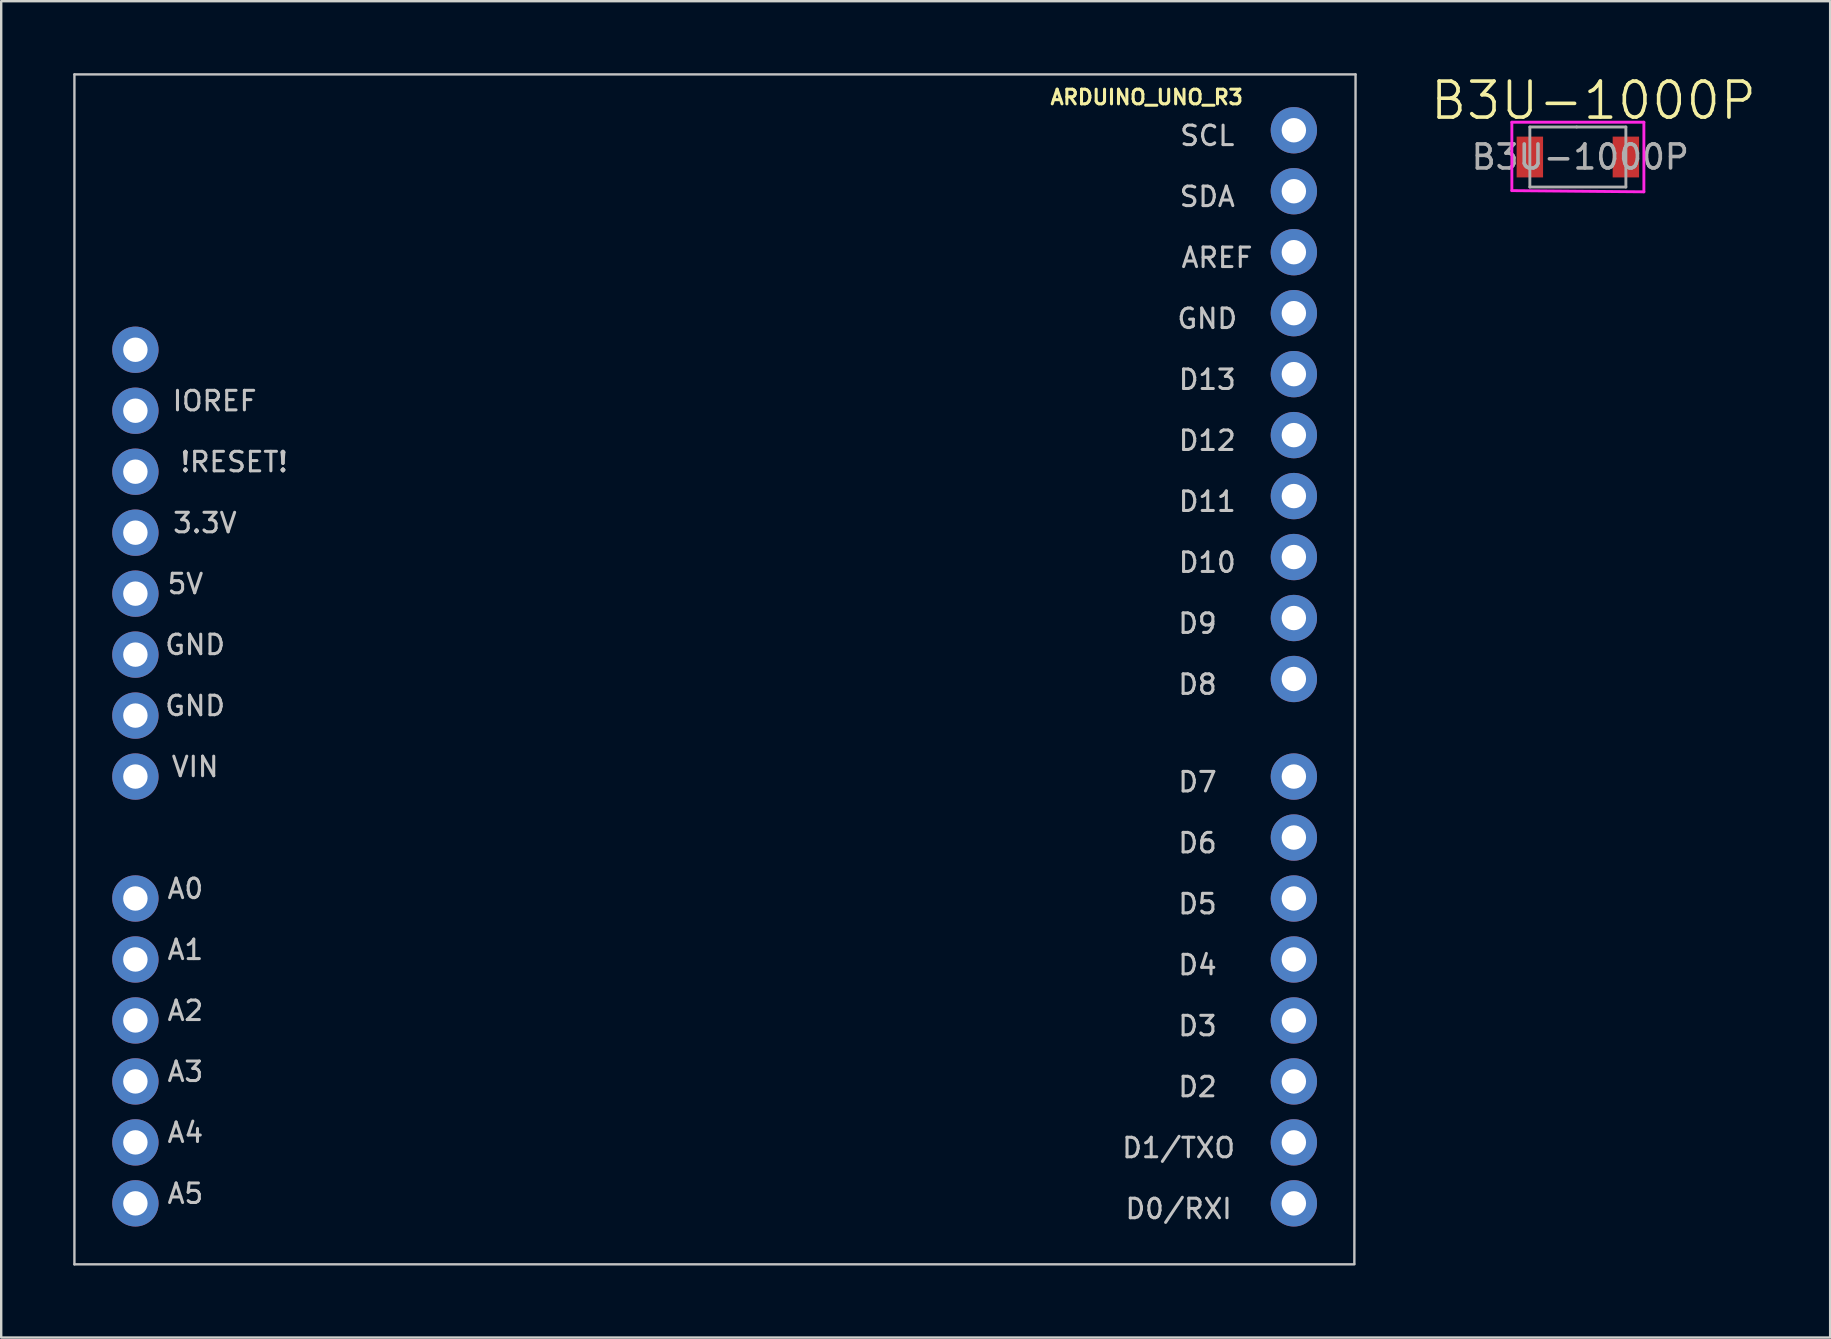
<source format=kicad_pcb>
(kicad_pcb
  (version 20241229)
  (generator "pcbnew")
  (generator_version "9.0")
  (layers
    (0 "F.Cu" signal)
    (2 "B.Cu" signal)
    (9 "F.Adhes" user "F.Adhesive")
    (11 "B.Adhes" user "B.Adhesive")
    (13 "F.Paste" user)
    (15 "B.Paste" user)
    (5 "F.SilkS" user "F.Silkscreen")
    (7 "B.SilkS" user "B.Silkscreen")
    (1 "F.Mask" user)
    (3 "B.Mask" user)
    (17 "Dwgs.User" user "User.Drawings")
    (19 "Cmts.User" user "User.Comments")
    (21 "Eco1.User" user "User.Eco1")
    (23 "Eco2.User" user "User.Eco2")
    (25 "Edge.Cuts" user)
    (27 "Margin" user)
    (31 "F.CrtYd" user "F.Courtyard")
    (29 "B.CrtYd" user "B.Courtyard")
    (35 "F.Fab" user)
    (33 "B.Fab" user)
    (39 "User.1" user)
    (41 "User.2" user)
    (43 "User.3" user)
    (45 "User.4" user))
  (footprint "B3U-1000P"
    (layer "F.Cu")
    (at 62.681 3.491)
    (property "Reference" "B3U-1000P" (at 0.65 -2.35 0) (layer "F.SilkS") (effects (font (size 1.5 1.5) (thickness 0.15))))
    (attr through_hole)
    (fp_line (start -2.75 -1.45) (end 2.75 -1.45) (stroke (width 0.12) (type solid)) (layer "F.CrtYd"))
    (fp_line (start -2.75 1.4) (end -2.75 -1.45) (stroke (width 0.12) (type solid)) (layer "F.CrtYd"))
    (fp_line (start 2.75 -1.45) (end 2.75 1.45) (stroke (width 0.12) (type solid)) (layer "F.CrtYd"))
    (fp_line (start 2.75 1.45) (end -2.75 1.4) (stroke (width 0.12) (type solid)) (layer "F.CrtYd"))
    (fp_line (start -2 -1.25) (end -0.05 -1.25) (stroke (width 0.12) (type solid)) (layer "F.Fab"))
    (fp_line (start -2 1.25) (end -2 -1.25) (stroke (width 0.12) (type solid)) (layer "F.Fab"))
    (fp_line (start -0.05 -1.25) (end 2 -1.25) (stroke (width 0.12) (type solid)) (layer "F.Fab"))
    (fp_line (start 2 -1.25) (end 2 1.25) (stroke (width 0.12) (type solid)) (layer "F.Fab"))
    (fp_line (start 2 1.25) (end -2 1.25) (stroke (width 0.12) (type solid)) (layer "F.Fab"))
    (fp_text user "${REFERENCE}" (at 0.1 0 0) (layer "F.Fab") (effects (font (size 1 1) (thickness 0.15))))
    (pad "1" smd rect (at -2 0) (size 1.1 1.7) (layers "F.Cu" "F.Mask" "F.Paste"))
    (pad "2" smd rect (at 2 0) (size 1.1 1.7) (layers "F.Cu" "F.Mask" "F.Paste")))
  (footprint "ARDUINO_UNO_R3"
    (layer "F.Cu")
    (at 25.87 19.6)
    (property "Reference" "ARDUINO_UNO_R3" (at 18.85 -18.6 180) (layer "F.SilkS") (effects (font (size 0.61 0.61) (thickness 0.127))))
    (attr exclude_from_pos_files exclude_from_bom)
    (fp_line (start -25.82 -19.55) (end 27.55 -19.55) (stroke (width 0.1) (type solid)) (layer "Dwgs.User"))
    (fp_line (start -25.82 30.02) (end -25.82 -19.55) (stroke (width 0.1) (type solid)) (layer "Dwgs.User"))
    (fp_line (start 27.5 30.02) (end -25.82 30.02) (stroke (width 0.1) (type solid)) (layer "Dwgs.User"))
    (fp_line (start 27.55 -19.55) (end 27.5 30) (stroke (width 0.1) (type solid)) (layer "Dwgs.User"))
    (fp_text user "D7" (at 20.967 9.929 0) (layer "Dwgs.User") (effects (font (size 0.813 0.813) (thickness 0.127))))
    (fp_text user "A1" (at -21.197 16.914 0) (layer "Dwgs.User") (effects (font (size 0.813 0.813) (thickness 0.127))))
    (fp_text user "!RESET!" (at -19.165 -3.406 0) (layer "Dwgs.User") (effects (font (size 0.813 0.813) (thickness 0.127))))
    (fp_text user "SCL" (at 21.373 -16.995 0) (layer "Dwgs.User") (effects (font (size 0.813 0.813) (thickness 0.127))))
    (fp_text user "D12" (at 21.373 -4.295 0) (layer "Dwgs.User") (effects (font (size 0.813 0.813) (thickness 0.127))))
    (fp_text user "SDA" (at 21.373 -14.455 0) (layer "Dwgs.User") (effects (font (size 0.813 0.813) (thickness 0.127))))
    (fp_text user "D5" (at 20.967 15.009 0) (layer "Dwgs.User") (effects (font (size 0.813 0.813) (thickness 0.127))))
    (fp_text user "VIN" (at -20.791 9.294 0) (layer "Dwgs.User") (effects (font (size 0.813 0.813) (thickness 0.127))))
    (fp_text user "D9" (at 20.967 3.325 0) (layer "Dwgs.User") (effects (font (size 0.813 0.813) (thickness 0.127))))
    (fp_text user "D6" (at 20.967 12.469 0) (layer "Dwgs.User") (effects (font (size 0.813 0.813) (thickness 0.127))))
    (fp_text user "D10" (at 21.373 0.785 0) (layer "Dwgs.User") (effects (font (size 0.813 0.813) (thickness 0.127))))
    (fp_text user "GND" (at 21.373 -9.375 0) (layer "Dwgs.User") (effects (font (size 0.813 0.813) (thickness 0.127))))
    (fp_text user "GND" (at -20.791 6.754 0) (layer "Dwgs.User") (effects (font (size 0.813 0.813) (thickness 0.127))))
    (fp_text user "A0" (at -21.197 14.374 0) (layer "Dwgs.User") (effects (font (size 0.813 0.813) (thickness 0.127))))
    (fp_text user "A3" (at -21.197 21.994 0) (layer "Dwgs.User") (effects (font (size 0.813 0.813) (thickness 0.127))))
    (fp_text user "D1/TXO" (at 20.179 25.169 0) (layer "Dwgs.User") (effects (font (size 0.813 0.813) (thickness 0.127))))
    (fp_text user "D0/RXI" (at 20.179 27.709 0) (layer "Dwgs.User") (effects (font (size 0.813 0.813) (thickness 0.127))))
    (fp_text user "A2" (at -21.197 19.454 0) (layer "Dwgs.User") (effects (font (size 0.813 0.813) (thickness 0.127))))
    (fp_text user "5V" (at -21.197 1.674 0) (layer "Dwgs.User") (effects (font (size 0.813 0.813) (thickness 0.127))))
    (fp_text user "3.3V" (at -20.384 -0.866 0) (layer "Dwgs.User") (effects (font (size 0.813 0.813) (thickness 0.127))))
    (fp_text user "D4" (at 20.967 17.549 0) (layer "Dwgs.User") (effects (font (size 0.813 0.813) (thickness 0.127))))
    (fp_text user "D2" (at 20.967 22.629 0) (layer "Dwgs.User") (effects (font (size 0.813 0.813) (thickness 0.127))))
    (fp_text user "IOREF" (at -19.978 -5.946 0) (layer "Dwgs.User") (effects (font (size 0.813 0.813) (thickness 0.127))))
    (fp_text user "A4" (at -21.197 24.534 0) (layer "Dwgs.User") (effects (font (size 0.813 0.813) (thickness 0.127))))
    (fp_text user "D13" (at 21.373 -6.835 0) (layer "Dwgs.User") (effects (font (size 0.813 0.813) (thickness 0.127))))
    (fp_text user "D11" (at 21.373 -1.755 0) (layer "Dwgs.User") (effects (font (size 0.813 0.813) (thickness 0.127))))
    (fp_text user "D3" (at 20.967 20.089 0) (layer "Dwgs.User") (effects (font (size 0.813 0.813) (thickness 0.127))))
    (fp_text user "GND" (at -20.791 4.211 0) (layer "Dwgs.User") (effects (font (size 0.813 0.813) (thickness 0.127))))
    (fp_text user "D8" (at 20.967 5.865 0) (layer "Dwgs.User") (effects (font (size 0.813 0.813) (thickness 0.127))))
    (fp_text user "A5" (at -21.197 27.074 0) (layer "Dwgs.User") (effects (font (size 0.813 0.813) (thickness 0.127))))
    (fp_text user "AREF" (at 21.78 -11.915 0) (layer "Dwgs.User") (effects (font (size 0.813 0.813) (thickness 0.127))))
    (pad "3.3V" thru_hole circle (at -23.28 -0.46 270) (size 1.93 1.93) (drill 1.016) (layers "*.Cu" "*.Mask"))
    (pad "5V" thru_hole circle (at -23.28 2.08 270) (size 1.93 1.93) (drill 1.016) (layers "*.Cu" "*.Mask"))
    (pad "A0" thru_hole circle (at -23.28 14.78 270) (size 1.93 1.93) (drill 1.016) (layers "*.Cu" "*.Mask"))
    (pad "A1" thru_hole circle (at -23.28 17.32 270) (size 1.93 1.93) (drill 1.016) (layers "*.Cu" "*.Mask"))
    (pad "A2" thru_hole circle (at -23.28 19.86 270) (size 1.93 1.93) (drill 1.016) (layers "*.Cu" "*.Mask"))
    (pad "A3" thru_hole circle (at -23.28 22.4 270) (size 1.93 1.93) (drill 1.016) (layers "*.Cu" "*.Mask"))
    (pad "A4" thru_hole circle (at -23.28 24.94 270) (size 1.93 1.93) (drill 1.016) (layers "*.Cu" "*.Mask"))
    (pad "A5" thru_hole circle (at -23.28 27.48 270) (size 1.93 1.93) (drill 1.016) (layers "*.Cu" "*.Mask"))
    (pad "AREF" thru_hole circle (at 24.98 -12.144 270) (size 1.93 1.93) (drill 1.016) (layers "*.Cu" "*.Mask"))
    (pad "D0" thru_hole circle (at 24.98 27.48 270) (size 1.93 1.93) (drill 1.016) (layers "*.Cu" "*.Mask"))
    (pad "D1" thru_hole circle (at 24.98 24.94 270) (size 1.93 1.93) (drill 1.016) (layers "*.Cu" "*.Mask"))
    (pad "D2" thru_hole circle (at 24.98 22.4 270) (size 1.93 1.93) (drill 1.016) (layers "*.Cu" "*.Mask"))
    (pad "D3" thru_hole circle (at 24.98 19.86 270) (size 1.93 1.93) (drill 1.016) (layers "*.Cu" "*.Mask"))
    (pad "D4" thru_hole circle (at 24.98 17.32 270) (size 1.93 1.93) (drill 1.016) (layers "*.Cu" "*.Mask"))
    (pad "D5" thru_hole circle (at 24.98 14.78 270) (size 1.93 1.93) (drill 1.016) (layers "*.Cu" "*.Mask"))
    (pad "D6" thru_hole circle (at 24.98 12.24 270) (size 1.93 1.93) (drill 1.016) (layers "*.Cu" "*.Mask"))
    (pad "D7" thru_hole circle (at 24.98 9.7 270) (size 1.93 1.93) (drill 1.016) (layers "*.Cu" "*.Mask"))
    (pad "D8" thru_hole circle (at 24.98 5.636 270) (size 1.93 1.93) (drill 1.016) (layers "*.Cu" "*.Mask"))
    (pad "D9" thru_hole circle (at 24.98 3.096 270) (size 1.93 1.93) (drill 1.016) (layers "*.Cu" "*.Mask"))
    (pad "D10" thru_hole circle (at 24.98 0.556 270) (size 1.93 1.93) (drill 1.016) (layers "*.Cu" "*.Mask"))
    (pad "D11" thru_hole circle (at 24.98 -1.984 270) (size 1.93 1.93) (drill 1.016) (layers "*.Cu" "*.Mask"))
    (pad "D12" thru_hole circle (at 24.98 -4.524 270) (size 1.93 1.93) (drill 1.016) (layers "*.Cu" "*.Mask"))
    (pad "D13" thru_hole circle (at 24.98 -7.064 270) (size 1.93 1.93) (drill 1.016) (layers "*.Cu" "*.Mask"))
    (pad "GND@" thru_hole circle (at -23.28 4.62 270) (size 1.93 1.93) (drill 1.016) (layers "*.Cu" "*.Mask"))
    (pad "GND@" thru_hole circle (at -23.28 7.16 270) (size 1.93 1.93) (drill 1.016) (layers "*.Cu" "*.Mask"))
    (pad "GND@" thru_hole circle (at 24.98 -9.604 270) (size 1.93 1.93) (drill 1.016) (layers "*.Cu" "*.Mask"))
    (pad "IORE" thru_hole circle (at -23.28 -5.54 270) (size 1.93 1.93) (drill 1.016) (layers "*.Cu" "*.Mask"))
    (pad "NC" thru_hole circle (at -23.28 -8.08 270) (size 1.93 1.93) (drill 1.016) (layers "*.Cu" "*.Mask"))
    (pad "RESE" thru_hole circle (at -23.28 -3 270) (size 1.93 1.93) (drill 1.016) (layers "*.Cu" "*.Mask"))
    (pad "SCL" thru_hole circle (at 24.98 -17.224 270) (size 1.93 1.93) (drill 1.016) (layers "*.Cu" "*.Mask"))
    (pad "SDA" thru_hole circle (at 24.98 -14.684 270) (size 1.93 1.93) (drill 1.016) (layers "*.Cu" "*.Mask"))
    (pad "VIN" thru_hole circle (at -23.28 9.7 270) (size 1.93 1.93) (drill 1.016) (layers "*.Cu" "*.Mask")))
  (gr_rect
    (start -3 -3)
    (end 73.191 52.67)
    (stroke (width 0.1) (type default))
    (fill no)
    (layer "Edge.Cuts")))
</source>
